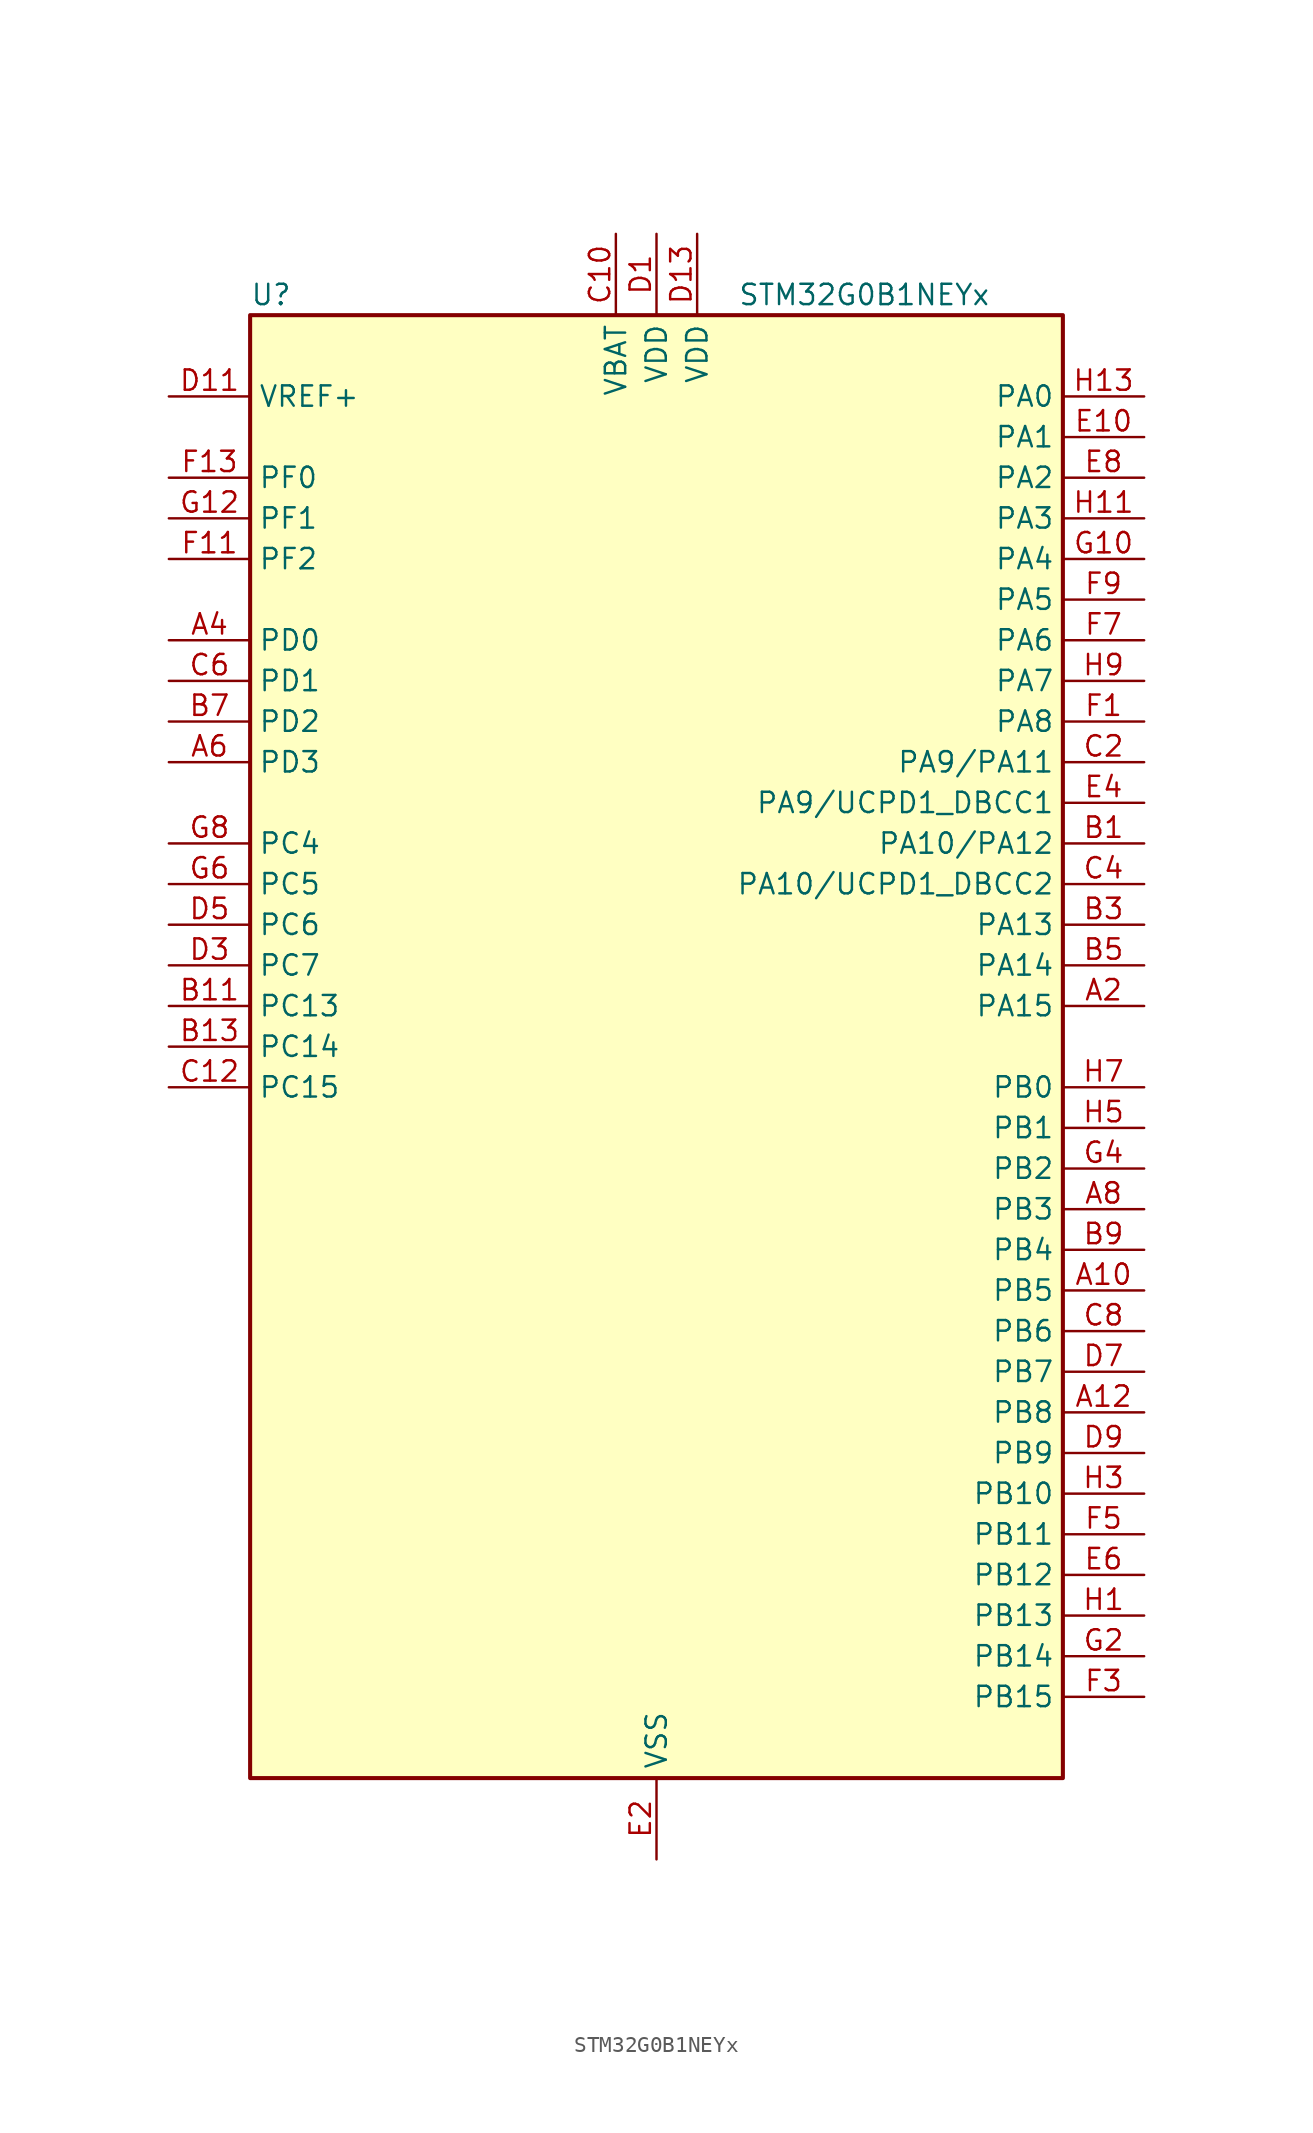
<source format=kicad_sym>
(kicad_symbol_lib
  (version 20231120)
  (generator "kicad-library-utils")
  (generator_version "8.0")
  (symbol "STM32G0B1NEYx"
    (property "Reference" "U"
      (at -25.4 46.99 0)
      (effects (font (size 1.27 1.27)) (justify left)))
    (property "Value" "STM32G0B1NEYx"
      (at 5.08 46.99 0)
      (effects (font (size 1.27 1.27)) (justify left)))
    (symbol "STM32G0B1NEYx_0_1"
      (rectangle (start -25.4 -45.72) (end 25.4 45.72) (stroke (width 0.254) (type default)) (fill (type background))))
    (symbol "STM32G0B1NEYx_1_1"
      (pin bidirectional line (at 30.48 -15.24 180) (length 5.08) (name "PB5" (effects (font (size 1.27 1.27)))) (number "A10" (effects (font (size 1.27 1.27)))) (alternate "COMP2_OUT" bidirectional line) (alternate "FDCAN2_RX" bidirectional line) (alternate "I2C1_SMBA" bidirectional line) (alternate "I2S1_SD" bidirectional line) (alternate "LPTIM1_IN1" bidirectional line) (alternate "SPI1_MOSI" bidirectional line) (alternate "SPI3_MOSI" bidirectional line) (alternate "SYS_WKUP6" bidirectional line) (alternate "TIM16_BK" bidirectional line) (alternate "TIM3_CH2" bidirectional line) (alternate "USART5_CK" bidirectional line) (alternate "USART5_DE" bidirectional line) (alternate "USART5_RTS" bidirectional line))
      (pin bidirectional line (at 30.48 -22.86 180) (length 5.08) (name "PB8" (effects (font (size 1.27 1.27)))) (number "A12" (effects (font (size 1.27 1.27)))) (alternate "CEC" bidirectional line) (alternate "FDCAN1_RX" bidirectional line) (alternate "I2C1_SCL" bidirectional line) (alternate "I2S2_CK" bidirectional line) (alternate "SPI2_SCK" bidirectional line) (alternate "TIM15_BK" bidirectional line) (alternate "TIM16_CH1" bidirectional line) (alternate "TIM4_CH3" bidirectional line) (alternate "USART3_TX" bidirectional line) (alternate "USART6_TX" bidirectional line))
      (pin bidirectional line (at 30.48 2.54 180) (length 5.08) (name "PA15" (effects (font (size 1.27 1.27)))) (number "A2" (effects (font (size 1.27 1.27)))) (alternate "I2C2_SMBA" bidirectional line) (alternate "I2S1_WS" bidirectional line) (alternate "RCC_MCO_2" bidirectional line) (alternate "SPI1_NSS" bidirectional line) (alternate "SPI3_NSS" bidirectional line) (alternate "TIM2_CH1" bidirectional line) (alternate "TIM2_ETR" bidirectional line) (alternate "USART2_RX" bidirectional line) (alternate "USART3_CK" bidirectional line) (alternate "USART3_DE" bidirectional line) (alternate "USART3_RTS" bidirectional line) (alternate "USART4_CK" bidirectional line) (alternate "USART4_DE" bidirectional line) (alternate "USART4_RTS" bidirectional line) (alternate "USB_NOE" bidirectional line))
      (pin bidirectional line (at -30.48 25.4 0) (length 5.08) (name "PD0" (effects (font (size 1.27 1.27)))) (number "A4" (effects (font (size 1.27 1.27)))) (alternate "FDCAN1_RX" bidirectional line) (alternate "I2S2_WS" bidirectional line) (alternate "SPI2_NSS" bidirectional line) (alternate "TIM16_CH1" bidirectional line) (alternate "UCPD2_CC1" bidirectional line))
      (pin bidirectional line (at -30.48 17.78 0) (length 5.08) (name "PD3" (effects (font (size 1.27 1.27)))) (number "A6" (effects (font (size 1.27 1.27)))) (alternate "I2S2_MCK" bidirectional line) (alternate "SPI2_MISO" bidirectional line) (alternate "TIM1_CH2N" bidirectional line) (alternate "UCPD2_DBCC2" bidirectional line) (alternate "USART2_CTS" bidirectional line) (alternate "USART2_NSS" bidirectional line) (alternate "USART5_TX" bidirectional line))
      (pin bidirectional line (at 30.48 -10.16 180) (length 5.08) (name "PB3" (effects (font (size 1.27 1.27)))) (number "A8" (effects (font (size 1.27 1.27)))) (alternate "COMP2_INM" bidirectional line) (alternate "I2C2_SCL" bidirectional line) (alternate "I2C3_SCL" bidirectional line) (alternate "I2S1_CK" bidirectional line) (alternate "SPI1_SCK" bidirectional line) (alternate "SPI3_SCK" bidirectional line) (alternate "TIM1_CH2" bidirectional line) (alternate "TIM2_CH2" bidirectional line) (alternate "USART1_CK" bidirectional line) (alternate "USART1_DE" bidirectional line) (alternate "USART1_RTS" bidirectional line) (alternate "USART5_TX" bidirectional line))
      (pin bidirectional line (at 30.48 12.7 180) (length 5.08) (name "PA10/PA12" (effects (font (size 1.27 1.27)))) (number "B1" (effects (font (size 1.27 1.27)))) (alternate "PA10" bidirectional line) (alternate "I2C1_SDA (PA10)" bidirectional line) (alternate "I2C2_SDA (PA10)" bidirectional line) (alternate "I2S2_SD (PA10)" bidirectional line) (alternate "RCC_MCO_2 (PA10)" bidirectional line) (alternate "SPI2_MOSI (PA10)" bidirectional line) (alternate "TIM17_BK (PA10)" bidirectional line) (alternate "TIM1_CH3 (PA10)" bidirectional line) (alternate "UCPD1_DBCC2 (PA10)" bidirectional line) (alternate "USART1_RX (PA10)" bidirectional line) (alternate "PA12" bidirectional line) (alternate "COMP2_OUT (PA12)" bidirectional line) (alternate "FDCAN1_TX (PA12)" bidirectional line) (alternate "I2C2_SDA (PA12)" bidirectional line) (alternate "I2S1_SD (PA12)" bidirectional line) (alternate "I2S_CKIN (PA12)" bidirectional line) (alternate "SPI1_MOSI (PA12)" bidirectional line) (alternate "TIM1_ETR (PA12)" bidirectional line) (alternate "USART1_CK (PA12)" bidirectional line) (alternate "USART1_DE (PA12)" bidirectional line) (alternate "USART1_RTS (PA12)" bidirectional line) (alternate "USB_DP (PA12)" bidirectional line))
      (pin bidirectional line (at -30.48 2.54 0) (length 5.08) (name "PC13" (effects (font (size 1.27 1.27)))) (number "B11" (effects (font (size 1.27 1.27)))) (alternate "RTC_OUT1" bidirectional line) (alternate "RTC_TAMP_IN1" bidirectional line) (alternate "RTC_TS" bidirectional line) (alternate "SYS_WKUP2" bidirectional line) (alternate "TIM1_BK" bidirectional line))
      (pin bidirectional line (at -30.48 0 0) (length 5.08) (name "PC14" (effects (font (size 1.27 1.27)))) (number "B13" (effects (font (size 1.27 1.27)))) (alternate "RCC_OSC32_IN" bidirectional line) (alternate "TIM1_BK2" bidirectional line))
      (pin bidirectional line (at 30.48 7.62 180) (length 5.08) (name "PA13" (effects (font (size 1.27 1.27)))) (number "B3" (effects (font (size 1.27 1.27)))) (alternate "IR_OUT" bidirectional line) (alternate "LPUART2_RX" bidirectional line) (alternate "SYS_SWDIO" bidirectional line) (alternate "USB_NOE" bidirectional line))
      (pin bidirectional line (at 30.48 5.08 180) (length 5.08) (name "PA14" (effects (font (size 1.27 1.27)))) (number "B5" (effects (font (size 1.27 1.27)))) (alternate "LPUART2_TX" bidirectional line) (alternate "SYS_SWCLK" bidirectional line) (alternate "USART2_TX" bidirectional line))
      (pin bidirectional line (at -30.48 20.32 0) (length 5.08) (name "PD2" (effects (font (size 1.27 1.27)))) (number "B7" (effects (font (size 1.27 1.27)))) (alternate "TIM1_CH1N" bidirectional line) (alternate "TIM3_ETR" bidirectional line) (alternate "UCPD2_CC2" bidirectional line) (alternate "USART3_CK" bidirectional line) (alternate "USART3_DE" bidirectional line) (alternate "USART3_RTS" bidirectional line) (alternate "USART5_RX" bidirectional line))
      (pin bidirectional line (at 30.48 -12.7 180) (length 5.08) (name "PB4" (effects (font (size 1.27 1.27)))) (number "B9" (effects (font (size 1.27 1.27)))) (alternate "COMP2_INP" bidirectional line) (alternate "I2C2_SDA" bidirectional line) (alternate "I2C3_SDA" bidirectional line) (alternate "I2S1_MCK" bidirectional line) (alternate "SPI1_MISO" bidirectional line) (alternate "SPI3_MISO" bidirectional line) (alternate "TIM17_BK" bidirectional line) (alternate "TIM3_CH1" bidirectional line) (alternate "USART1_CTS" bidirectional line) (alternate "USART1_NSS" bidirectional line) (alternate "USART5_RX" bidirectional line))
      (pin power_in line (at -2.54 50.8 270) (length 5.08) (name "VBAT" (effects (font (size 1.27 1.27)))) (number "C10" (effects (font (size 1.27 1.27)))))
      (pin bidirectional line (at -30.48 -2.54 0) (length 5.08) (name "PC15" (effects (font (size 1.27 1.27)))) (number "C12" (effects (font (size 1.27 1.27)))) (alternate "RCC_OSC32_EN" bidirectional line) (alternate "RCC_OSC32_OUT" bidirectional line) (alternate "RCC_OSC_EN" bidirectional line) (alternate "TIM15_BK" bidirectional line))
      (pin bidirectional line (at 30.48 17.78 180) (length 5.08) (name "PA9/PA11" (effects (font (size 1.27 1.27)))) (number "C2" (effects (font (size 1.27 1.27)))) (alternate "PA9" bidirectional line) (alternate "DAC1_EXTI9 (PA9)" bidirectional line) (alternate "I2C1_SCL (PA9)" bidirectional line) (alternate "I2C2_SCL (PA9)" bidirectional line) (alternate "I2S2_MCK (PA9)" bidirectional line) (alternate "RCC_MCO (PA9)" bidirectional line) (alternate "SPI2_MISO (PA9)" bidirectional line) (alternate "TIM15_BK (PA9)" bidirectional line) (alternate "TIM1_CH2 (PA9)" bidirectional line) (alternate "UCPD1_DBCC1 (PA9)" bidirectional line) (alternate "USART1_TX (PA9)" bidirectional line) (alternate "PA11" bidirectional line) (alternate "ADC1_EXTI11 (PA11)" bidirectional line) (alternate "COMP1_OUT (PA11)" bidirectional line) (alternate "FDCAN1_RX (PA11)" bidirectional line) (alternate "I2C2_SCL (PA11)" bidirectional line) (alternate "I2S1_MCK (PA11)" bidirectional line) (alternate "SPI1_MISO (PA11)" bidirectional line) (alternate "TIM1_BK2 (PA11)" bidirectional line) (alternate "TIM1_CH4 (PA11)" bidirectional line) (alternate "USART1_CTS (PA11)" bidirectional line) (alternate "USART1_NSS (PA11)" bidirectional line) (alternate "USB_DM (PA11)" bidirectional line))
      (pin bidirectional line (at 30.48 10.16 180) (length 5.08) (name "PA10/UCPD1_DBCC2" (effects (font (size 1.27 1.27)))) (number "C4" (effects (font (size 1.27 1.27)))) (alternate "PA10" bidirectional line) (alternate "I2C1_SDA (PA10)" bidirectional line) (alternate "I2C2_SDA (PA10)" bidirectional line) (alternate "I2S2_SD (PA10)" bidirectional line) (alternate "RCC_MCO_2 (PA10)" bidirectional line) (alternate "SPI2_MOSI (PA10)" bidirectional line) (alternate "TIM17_BK (PA10)" bidirectional line) (alternate "TIM1_CH3 (PA10)" bidirectional line) (alternate "UCPD1_DBCC2 (PA10)" bidirectional line) (alternate "USART1_RX (PA10)" bidirectional line) (alternate "UCPD1_DBCC2" bidirectional line) (alternate "UCPD1_DBCC2 (UCPD1_DBCC2)" bidirectional line))
      (pin bidirectional line (at -30.48 22.86 0) (length 5.08) (name "PD1" (effects (font (size 1.27 1.27)))) (number "C6" (effects (font (size 1.27 1.27)))) (alternate "FDCAN1_TX" bidirectional line) (alternate "I2S2_CK" bidirectional line) (alternate "SPI2_SCK" bidirectional line) (alternate "TIM17_CH1" bidirectional line) (alternate "UCPD2_DBCC1" bidirectional line))
      (pin bidirectional line (at 30.48 -17.78 180) (length 5.08) (name "PB6" (effects (font (size 1.27 1.27)))) (number "C8" (effects (font (size 1.27 1.27)))) (alternate "COMP2_INP" bidirectional line) (alternate "FDCAN2_TX" bidirectional line) (alternate "I2C1_SCL" bidirectional line) (alternate "I2S2_MCK" bidirectional line) (alternate "LPTIM1_ETR" bidirectional line) (alternate "LPUART2_TX" bidirectional line) (alternate "SPI2_MISO" bidirectional line) (alternate "TIM16_CH1N" bidirectional line) (alternate "TIM1_CH3" bidirectional line) (alternate "TIM4_CH1" bidirectional line) (alternate "USART1_TX" bidirectional line) (alternate "USART5_CTS" bidirectional line) (alternate "USART5_NSS" bidirectional line))
      (pin power_in line (at 0 50.8 270) (length 5.08) (name "VDD" (effects (font (size 1.27 1.27)))) (number "D1" (effects (font (size 1.27 1.27)))))
      (pin input line (at -30.48 40.64 0) (length 5.08) (name "VREF+" (effects (font (size 1.27 1.27)))) (number "D11" (effects (font (size 1.27 1.27)))) (alternate "VREFBUF_OUT" bidirectional line))
      (pin power_in line (at 2.54 50.8 270) (length 5.08) (name "VDD" (effects (font (size 1.27 1.27)))) (number "D13" (effects (font (size 1.27 1.27)))))
      (pin bidirectional line (at -30.48 5.08 0) (length 5.08) (name "PC7" (effects (font (size 1.27 1.27)))) (number "D3" (effects (font (size 1.27 1.27)))) (alternate "LPUART2_RX" bidirectional line) (alternate "TIM2_CH4" bidirectional line) (alternate "TIM3_CH2" bidirectional line) (alternate "UCPD2_FRSTX1" bidirectional line) (alternate "UCPD2_FRSTX2" bidirectional line))
      (pin bidirectional line (at -30.48 7.62 0) (length 5.08) (name "PC6" (effects (font (size 1.27 1.27)))) (number "D5" (effects (font (size 1.27 1.27)))) (alternate "LPUART2_TX" bidirectional line) (alternate "TIM2_CH3" bidirectional line) (alternate "TIM3_CH1" bidirectional line) (alternate "UCPD1_FRSTX1" bidirectional line) (alternate "UCPD1_FRSTX2" bidirectional line))
      (pin bidirectional line (at 30.48 -20.32 180) (length 5.08) (name "PB7" (effects (font (size 1.27 1.27)))) (number "D7" (effects (font (size 1.27 1.27)))) (alternate "COMP2_INM" bidirectional line) (alternate "I2C1_SDA" bidirectional line) (alternate "I2S2_SD" bidirectional line) (alternate "LPTIM1_IN2" bidirectional line) (alternate "LPUART2_RX" bidirectional line) (alternate "SPI2_MOSI" bidirectional line) (alternate "SYS_PVD_IN" bidirectional line) (alternate "TIM17_CH1N" bidirectional line) (alternate "TIM4_CH2" bidirectional line) (alternate "USART1_RX" bidirectional line) (alternate "USART4_CTS" bidirectional line) (alternate "USART4_NSS" bidirectional line))
      (pin bidirectional line (at 30.48 -25.4 180) (length 5.08) (name "PB9" (effects (font (size 1.27 1.27)))) (number "D9" (effects (font (size 1.27 1.27)))) (alternate "DAC1_EXTI9" bidirectional line) (alternate "FDCAN1_TX" bidirectional line) (alternate "I2C1_SDA" bidirectional line) (alternate "I2S2_WS" bidirectional line) (alternate "IR_OUT" bidirectional line) (alternate "SPI2_NSS" bidirectional line) (alternate "TIM17_CH1" bidirectional line) (alternate "TIM4_CH4" bidirectional line) (alternate "UCPD2_FRSTX1" bidirectional line) (alternate "UCPD2_FRSTX2" bidirectional line) (alternate "USART3_RX" bidirectional line) (alternate "USART6_RX" bidirectional line))
      (pin bidirectional line (at 30.48 38.1 180) (length 5.08) (name "PA1" (effects (font (size 1.27 1.27)))) (number "E10" (effects (font (size 1.27 1.27)))) (alternate "ADC1_IN1" bidirectional line) (alternate "COMP1_INP" bidirectional line) (alternate "I2C1_SMBA" bidirectional line) (alternate "I2S1_CK" bidirectional line) (alternate "SPI1_SCK" bidirectional line) (alternate "TIM15_CH1N" bidirectional line) (alternate "TIM2_CH2" bidirectional line) (alternate "USART2_CK" bidirectional line) (alternate "USART2_DE" bidirectional line) (alternate "USART2_RTS" bidirectional line) (alternate "USART4_RX" bidirectional line))
      (pin passive line (at 0 -50.8 90) (length 5.08) hide (name "VSS" (effects (font (size 1.27 1.27)))) (number "E12" (effects (font (size 1.27 1.27)))))
      (pin power_in line (at 0 -50.8 90) (length 5.08) (name "VSS" (effects (font (size 1.27 1.27)))) (number "E2" (effects (font (size 1.27 1.27)))))
      (pin bidirectional line (at 30.48 15.24 180) (length 5.08) (name "PA9/UCPD1_DBCC1" (effects (font (size 1.27 1.27)))) (number "E4" (effects (font (size 1.27 1.27)))) (alternate "PA9" bidirectional line) (alternate "DAC1_EXTI9 (PA9)" bidirectional line) (alternate "I2C1_SCL (PA9)" bidirectional line) (alternate "I2C2_SCL (PA9)" bidirectional line) (alternate "I2S2_MCK (PA9)" bidirectional line) (alternate "RCC_MCO (PA9)" bidirectional line) (alternate "SPI2_MISO (PA9)" bidirectional line) (alternate "TIM15_BK (PA9)" bidirectional line) (alternate "TIM1_CH2 (PA9)" bidirectional line) (alternate "UCPD1_DBCC1 (PA9)" bidirectional line) (alternate "USART1_TX (PA9)" bidirectional line) (alternate "UCPD1_DBCC1" bidirectional line) (alternate "UCPD1_DBCC1 (UCPD1_DBCC1)" bidirectional line))
      (pin bidirectional line (at 30.48 -33.02 180) (length 5.08) (name "PB12" (effects (font (size 1.27 1.27)))) (number "E6" (effects (font (size 1.27 1.27)))) (alternate "ADC1_IN16" bidirectional line) (alternate "FDCAN2_RX" bidirectional line) (alternate "I2C2_SMBA" bidirectional line) (alternate "I2S2_WS" bidirectional line) (alternate "LPUART1_DE" bidirectional line) (alternate "LPUART1_RTS" bidirectional line) (alternate "SPI2_NSS" bidirectional line) (alternate "TIM15_BK" bidirectional line) (alternate "TIM1_BK" bidirectional line) (alternate "UCPD2_FRSTX1" bidirectional line) (alternate "UCPD2_FRSTX2" bidirectional line))
      (pin bidirectional line (at 30.48 35.56 180) (length 5.08) (name "PA2" (effects (font (size 1.27 1.27)))) (number "E8" (effects (font (size 1.27 1.27)))) (alternate "ADC1_IN2" bidirectional line) (alternate "COMP2_INM" bidirectional line) (alternate "COMP2_OUT" bidirectional line) (alternate "I2S1_SD" bidirectional line) (alternate "LPUART1_TX" bidirectional line) (alternate "RCC_LSCO" bidirectional line) (alternate "SPI1_MOSI" bidirectional line) (alternate "SYS_WKUP4" bidirectional line) (alternate "TIM15_CH1" bidirectional line) (alternate "TIM2_CH3" bidirectional line) (alternate "UCPD1_FRSTX1" bidirectional line) (alternate "UCPD1_FRSTX2" bidirectional line) (alternate "USART2_TX" bidirectional line))
      (pin bidirectional line (at 30.48 20.32 180) (length 5.08) (name "PA8" (effects (font (size 1.27 1.27)))) (number "F1" (effects (font (size 1.27 1.27)))) (alternate "CRS1_SYNC" bidirectional line) (alternate "I2C2_SMBA" bidirectional line) (alternate "I2S2_WS" bidirectional line) (alternate "LPTIM2_OUT" bidirectional line) (alternate "RCC_MCO" bidirectional line) (alternate "SPI2_NSS" bidirectional line) (alternate "TIM1_CH1" bidirectional line) (alternate "UCPD1_CC1" bidirectional line))
      (pin bidirectional line (at -30.48 30.48 0) (length 5.08) (name "PF2" (effects (font (size 1.27 1.27)))) (number "F11" (effects (font (size 1.27 1.27)))) (alternate "LPUART2_DE" bidirectional line) (alternate "LPUART2_RTS" bidirectional line) (alternate "LPUART2_TX" bidirectional line) (alternate "RCC_MCO" bidirectional line))
      (pin bidirectional line (at -30.48 35.56 0) (length 5.08) (name "PF0" (effects (font (size 1.27 1.27)))) (number "F13" (effects (font (size 1.27 1.27)))) (alternate "CRS1_SYNC" bidirectional line) (alternate "RCC_OSC_IN" bidirectional line) (alternate "TIM14_CH1" bidirectional line))
      (pin bidirectional line (at 30.48 -40.64 180) (length 5.08) (name "PB15" (effects (font (size 1.27 1.27)))) (number "F3" (effects (font (size 1.27 1.27)))) (alternate "I2S2_SD" bidirectional line) (alternate "RTC_REFIN" bidirectional line) (alternate "SPI2_MOSI" bidirectional line) (alternate "TIM15_CH1N" bidirectional line) (alternate "TIM15_CH2" bidirectional line) (alternate "TIM1_CH3N" bidirectional line) (alternate "UCPD1_CC2" bidirectional line) (alternate "USART6_CTS" bidirectional line) (alternate "USART6_NSS" bidirectional line))
      (pin bidirectional line (at 30.48 -30.48 180) (length 5.08) (name "PB11" (effects (font (size 1.27 1.27)))) (number "F5" (effects (font (size 1.27 1.27)))) (alternate "ADC1_EXTI11" bidirectional line) (alternate "ADC1_IN15" bidirectional line) (alternate "COMP2_OUT" bidirectional line) (alternate "I2C2_SDA" bidirectional line) (alternate "I2S2_SD" bidirectional line) (alternate "LPUART1_TX" bidirectional line) (alternate "SPI2_MOSI" bidirectional line) (alternate "TIM2_CH4" bidirectional line) (alternate "USART3_RX" bidirectional line))
      (pin bidirectional line (at 30.48 25.4 180) (length 5.08) (name "PA6" (effects (font (size 1.27 1.27)))) (number "F7" (effects (font (size 1.27 1.27)))) (alternate "ADC1_IN6" bidirectional line) (alternate "COMP1_OUT" bidirectional line) (alternate "I2C2_SDA" bidirectional line) (alternate "I2C3_SDA" bidirectional line) (alternate "I2S1_MCK" bidirectional line) (alternate "LPUART1_CTS" bidirectional line) (alternate "SPI1_MISO" bidirectional line) (alternate "TIM16_CH1" bidirectional line) (alternate "TIM1_BK" bidirectional line) (alternate "TIM3_CH1" bidirectional line) (alternate "USART3_CTS" bidirectional line) (alternate "USART3_NSS" bidirectional line) (alternate "USART6_CTS" bidirectional line) (alternate "USART6_NSS" bidirectional line))
      (pin bidirectional line (at 30.48 27.94 180) (length 5.08) (name "PA5" (effects (font (size 1.27 1.27)))) (number "F9" (effects (font (size 1.27 1.27)))) (alternate "ADC1_IN5" bidirectional line) (alternate "CEC" bidirectional line) (alternate "DAC1_OUT2" bidirectional line) (alternate "I2S1_CK" bidirectional line) (alternate "LPTIM2_ETR" bidirectional line) (alternate "SPI1_SCK" bidirectional line) (alternate "TIM2_CH1" bidirectional line) (alternate "TIM2_ETR" bidirectional line) (alternate "UCPD1_FRSTX1" bidirectional line) (alternate "UCPD1_FRSTX2" bidirectional line) (alternate "USART3_TX" bidirectional line) (alternate "USART6_RX" bidirectional line))
      (pin bidirectional line (at 30.48 30.48 180) (length 5.08) (name "PA4" (effects (font (size 1.27 1.27)))) (number "G10" (effects (font (size 1.27 1.27)))) (alternate "ADC1_IN4" bidirectional line) (alternate "DAC1_OUT1" bidirectional line) (alternate "I2S1_WS" bidirectional line) (alternate "I2S2_SD" bidirectional line) (alternate "LPTIM2_OUT" bidirectional line) (alternate "RTC_OUT2" bidirectional line) (alternate "SPI1_NSS" bidirectional line) (alternate "SPI2_MOSI" bidirectional line) (alternate "SPI3_NSS" bidirectional line) (alternate "TIM14_CH1" bidirectional line) (alternate "UCPD2_FRSTX1" bidirectional line) (alternate "UCPD2_FRSTX2" bidirectional line) (alternate "USART6_TX" bidirectional line) (alternate "USB_NOE" bidirectional line))
      (pin bidirectional line (at -30.48 33.02 0) (length 5.08) (name "PF1" (effects (font (size 1.27 1.27)))) (number "G12" (effects (font (size 1.27 1.27)))) (alternate "RCC_OSC_EN" bidirectional line) (alternate "RCC_OSC_OUT" bidirectional line) (alternate "TIM15_CH1N" bidirectional line))
      (pin bidirectional line (at 30.48 -38.1 180) (length 5.08) (name "PB14" (effects (font (size 1.27 1.27)))) (number "G2" (effects (font (size 1.27 1.27)))) (alternate "I2C2_SDA" bidirectional line) (alternate "I2S2_MCK" bidirectional line) (alternate "SPI2_MISO" bidirectional line) (alternate "TIM15_CH1" bidirectional line) (alternate "TIM1_CH2N" bidirectional line) (alternate "UCPD1_FRSTX1" bidirectional line) (alternate "UCPD1_FRSTX2" bidirectional line) (alternate "USART3_CK" bidirectional line) (alternate "USART3_DE" bidirectional line) (alternate "USART3_RTS" bidirectional line) (alternate "USART6_CK" bidirectional line) (alternate "USART6_DE" bidirectional line) (alternate "USART6_RTS" bidirectional line))
      (pin bidirectional line (at 30.48 -7.62 180) (length 5.08) (name "PB2" (effects (font (size 1.27 1.27)))) (number "G4" (effects (font (size 1.27 1.27)))) (alternate "ADC1_IN10" bidirectional line) (alternate "COMP1_INP" bidirectional line) (alternate "COMP3_INM" bidirectional line) (alternate "I2S2_MCK" bidirectional line) (alternate "LPTIM1_OUT" bidirectional line) (alternate "RCC_MCO_2" bidirectional line) (alternate "SPI2_MISO" bidirectional line) (alternate "USART3_TX" bidirectional line))
      (pin bidirectional line (at -30.48 10.16 0) (length 5.08) (name "PC5" (effects (font (size 1.27 1.27)))) (number "G6" (effects (font (size 1.27 1.27)))) (alternate "ADC1_IN18" bidirectional line) (alternate "COMP1_INP" bidirectional line) (alternate "FDCAN1_TX" bidirectional line) (alternate "SYS_WKUP5" bidirectional line) (alternate "TIM2_CH2" bidirectional line) (alternate "USART1_RX" bidirectional line) (alternate "USART3_RX" bidirectional line))
      (pin bidirectional line (at -30.48 12.7 0) (length 5.08) (name "PC4" (effects (font (size 1.27 1.27)))) (number "G8" (effects (font (size 1.27 1.27)))) (alternate "ADC1_IN17" bidirectional line) (alternate "COMP1_INM" bidirectional line) (alternate "FDCAN1_RX" bidirectional line) (alternate "TIM2_CH1" bidirectional line) (alternate "TIM2_ETR" bidirectional line) (alternate "USART1_TX" bidirectional line) (alternate "USART3_TX" bidirectional line))
      (pin bidirectional line (at 30.48 -35.56 180) (length 5.08) (name "PB13" (effects (font (size 1.27 1.27)))) (number "H1" (effects (font (size 1.27 1.27)))) (alternate "FDCAN2_TX" bidirectional line) (alternate "I2C2_SCL" bidirectional line) (alternate "I2S2_CK" bidirectional line) (alternate "LPUART1_CTS" bidirectional line) (alternate "SPI2_SCK" bidirectional line) (alternate "TIM15_CH1N" bidirectional line) (alternate "TIM1_CH1N" bidirectional line) (alternate "USART3_CTS" bidirectional line) (alternate "USART3_NSS" bidirectional line))
      (pin bidirectional line (at 30.48 33.02 180) (length 5.08) (name "PA3" (effects (font (size 1.27 1.27)))) (number "H11" (effects (font (size 1.27 1.27)))) (alternate "ADC1_IN3" bidirectional line) (alternate "COMP2_INP" bidirectional line) (alternate "I2S2_MCK" bidirectional line) (alternate "LPUART1_RX" bidirectional line) (alternate "SPI2_MISO" bidirectional line) (alternate "TIM15_CH2" bidirectional line) (alternate "TIM2_CH4" bidirectional line) (alternate "UCPD2_FRSTX1" bidirectional line) (alternate "UCPD2_FRSTX2" bidirectional line) (alternate "USART2_RX" bidirectional line))
      (pin bidirectional line (at 30.48 40.64 180) (length 5.08) (name "PA0" (effects (font (size 1.27 1.27)))) (number "H13" (effects (font (size 1.27 1.27)))) (alternate "ADC1_IN0" bidirectional line) (alternate "COMP1_INM" bidirectional line) (alternate "COMP1_OUT" bidirectional line) (alternate "I2S2_CK" bidirectional line) (alternate "LPTIM1_OUT" bidirectional line) (alternate "RTC_TAMP_IN2" bidirectional line) (alternate "SPI2_SCK" bidirectional line) (alternate "SYS_WKUP1" bidirectional line) (alternate "TIM2_CH1" bidirectional line) (alternate "TIM2_ETR" bidirectional line) (alternate "UCPD2_FRSTX1" bidirectional line) (alternate "UCPD2_FRSTX2" bidirectional line) (alternate "USART2_CTS" bidirectional line) (alternate "USART2_NSS" bidirectional line) (alternate "USART4_TX" bidirectional line))
      (pin bidirectional line (at 30.48 -27.94 180) (length 5.08) (name "PB10" (effects (font (size 1.27 1.27)))) (number "H3" (effects (font (size 1.27 1.27)))) (alternate "ADC1_IN11" bidirectional line) (alternate "CEC" bidirectional line) (alternate "COMP1_OUT" bidirectional line) (alternate "I2C2_SCL" bidirectional line) (alternate "I2S2_CK" bidirectional line) (alternate "LPUART1_RX" bidirectional line) (alternate "SPI2_SCK" bidirectional line) (alternate "TIM2_CH3" bidirectional line) (alternate "USART3_TX" bidirectional line))
      (pin bidirectional line (at 30.48 -5.08 180) (length 5.08) (name "PB1" (effects (font (size 1.27 1.27)))) (number "H5" (effects (font (size 1.27 1.27)))) (alternate "ADC1_IN9" bidirectional line) (alternate "COMP1_INM" bidirectional line) (alternate "COMP3_OUT" bidirectional line) (alternate "FDCAN2_TX" bidirectional line) (alternate "LPTIM2_IN1" bidirectional line) (alternate "LPUART1_DE" bidirectional line) (alternate "LPUART1_RTS" bidirectional line) (alternate "LPUART2_DE" bidirectional line) (alternate "LPUART2_RTS" bidirectional line) (alternate "TIM14_CH1" bidirectional line) (alternate "TIM1_CH3N" bidirectional line) (alternate "TIM3_CH4" bidirectional line) (alternate "USART3_CK" bidirectional line) (alternate "USART3_DE" bidirectional line) (alternate "USART3_RTS" bidirectional line) (alternate "USART5_RX" bidirectional line))
      (pin bidirectional line (at 30.48 -2.54 180) (length 5.08) (name "PB0" (effects (font (size 1.27 1.27)))) (number "H7" (effects (font (size 1.27 1.27)))) (alternate "ADC1_IN8" bidirectional line) (alternate "COMP1_OUT" bidirectional line) (alternate "COMP3_INP" bidirectional line) (alternate "FDCAN2_RX" bidirectional line) (alternate "I2S1_WS" bidirectional line) (alternate "LPTIM1_OUT" bidirectional line) (alternate "LPUART2_CTS" bidirectional line) (alternate "SPI1_NSS" bidirectional line) (alternate "TIM1_CH2N" bidirectional line) (alternate "TIM3_CH3" bidirectional line) (alternate "UCPD1_FRSTX1" bidirectional line) (alternate "UCPD1_FRSTX2" bidirectional line) (alternate "USART3_RX" bidirectional line) (alternate "USART5_TX" bidirectional line))
      (pin bidirectional line (at 30.48 22.86 180) (length 5.08) (name "PA7" (effects (font (size 1.27 1.27)))) (number "H9" (effects (font (size 1.27 1.27)))) (alternate "ADC1_IN7" bidirectional line) (alternate "COMP2_OUT" bidirectional line) (alternate "I2C2_SCL" bidirectional line) (alternate "I2C3_SCL" bidirectional line) (alternate "I2S1_SD" bidirectional line) (alternate "SPI1_MOSI" bidirectional line) (alternate "TIM14_CH1" bidirectional line) (alternate "TIM17_CH1" bidirectional line) (alternate "TIM1_CH1N" bidirectional line) (alternate "TIM3_CH2" bidirectional line) (alternate "UCPD1_FRSTX1" bidirectional line) (alternate "UCPD1_FRSTX2" bidirectional line) (alternate "USART6_CK" bidirectional line) (alternate "USART6_DE" bidirectional line) (alternate "USART6_RTS" bidirectional line)))))
</source>
